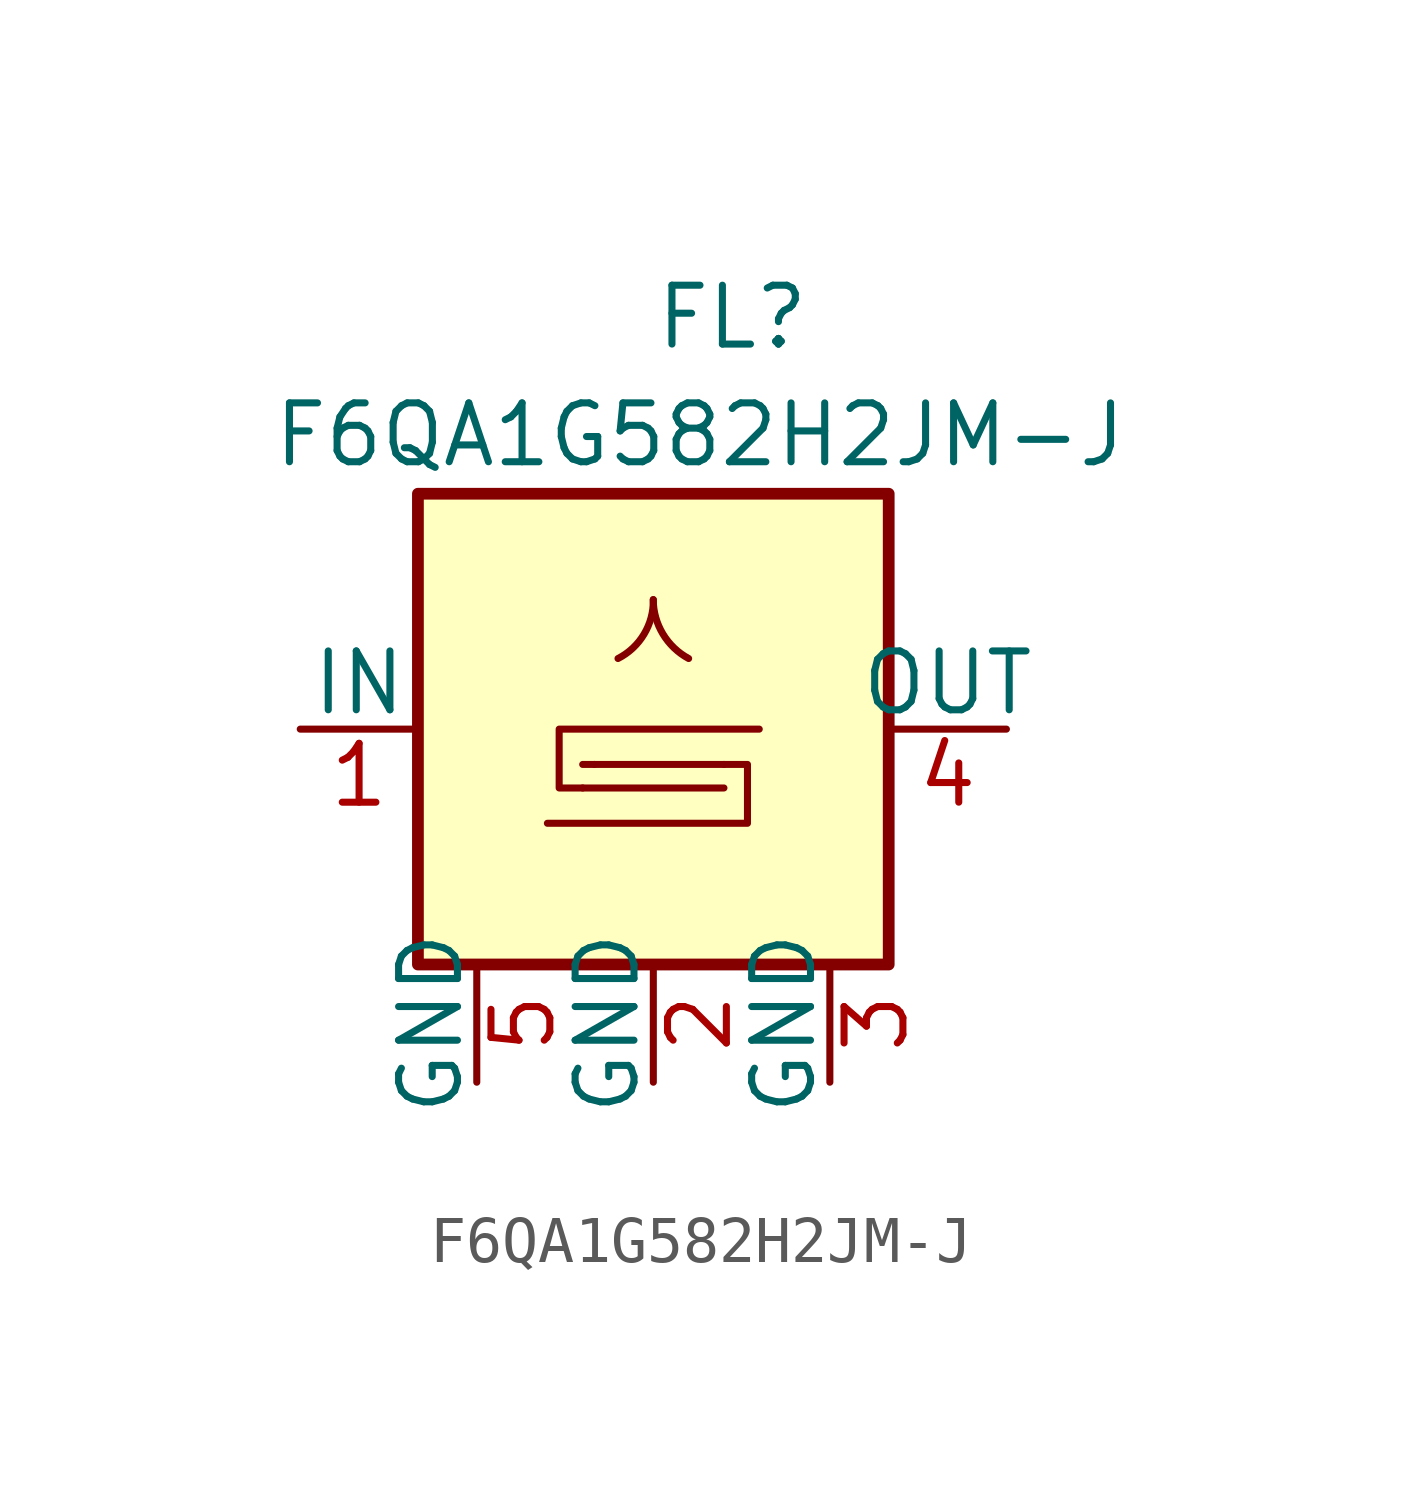
<source format=kicad_sym>
(kicad_symbol_lib
  (version 20211014)
  (generator kicad_symbol_editor)
  (symbol "F6QA1G582H2JM-J"
    (pin_names
      (offset 0))
    (property "Reference" "FL"
      (at 0 8.89 0)
      (effects (font (size 1.27 1.27)) (justify left)))
    (property "Value" "F6QA1G582H2JM-J"
      (at -8.255 6.35 0)
      (effects (font (size 1.27 1.27)) (justify left)))
    (symbol "F6QA1G582H2JM-J_1_1"
      (rectangle (start -5.08 5.08) (end 5.08 -5.08) (stroke (width 0.254) (type default) (color 0 0 0 0)) (fill (type background)))
      (arc (start -0.762 1.524) (mid -0.1988 2.0511) (end 0 2.794) (stroke (width 0) (type default) (color 0 0 0 0)) (fill (type none)))
      (polyline (pts (xy -1.524 -0.762) (xy -1.27 -0.762)) (stroke (width 0) (type default) (color 0 0 0 0)) (fill (type none)))
      (polyline (pts (xy 1.524 -1.27) (xy -1.524 -1.27)) (stroke (width 0) (type default) (color 0 0 0 0)) (fill (type none)))
      (polyline (pts (xy 1.524 -0.762) (xy -1.27 -0.762)) (stroke (width 0) (type default) (color 0 0 0 0)) (fill (type none)))
      (polyline (pts (xy -1.524 -1.27) (xy -2.032 -1.27) (xy -2.032 0) (xy 2.286 0)) (stroke (width 0) (type default) (color 0 0 0 0)) (fill (type none)))
      (polyline (pts (xy 1.524 -0.762) (xy 2.032 -0.762) (xy 2.032 -2.032) (xy -2.286 -2.032)) (stroke (width 0) (type default) (color 0 0 0 0)) (fill (type none)))
      (arc (start 0 2.794) (mid 0.2065 2.0558) (end 0.762 1.524) (stroke (width 0) (type default) (color 0 0 0 0)) (fill (type none)))
      (pin passive line (at -7.62 0 0) (length 2.54) (name "IN" (effects (font (size 1.27 1.27)))) (number "1" (effects (font (size 1.27 1.27)))))
      (pin passive line (at 0 -7.62 90) (length 2.54) (name "GND" (effects (font (size 1.27 1.27)))) (number "2" (effects (font (size 1.27 1.27)))))
      (pin passive line (at 3.81 -7.62 90) (length 2.54) (name "GND" (effects (font (size 1.27 1.27)))) (number "3" (effects (font (size 1.27 1.27)))))
      (pin passive line (at 7.62 0 180) (length 2.54) (name "OUT" (effects (font (size 1.27 1.27)))) (number "4" (effects (font (size 1.27 1.27)))))
      (pin passive line (at -3.81 -7.62 90) (length 2.54) (name "GND" (effects (font (size 1.27 1.27)))) (number "5" (effects (font (size 1.27 1.27))))))))
</source>
